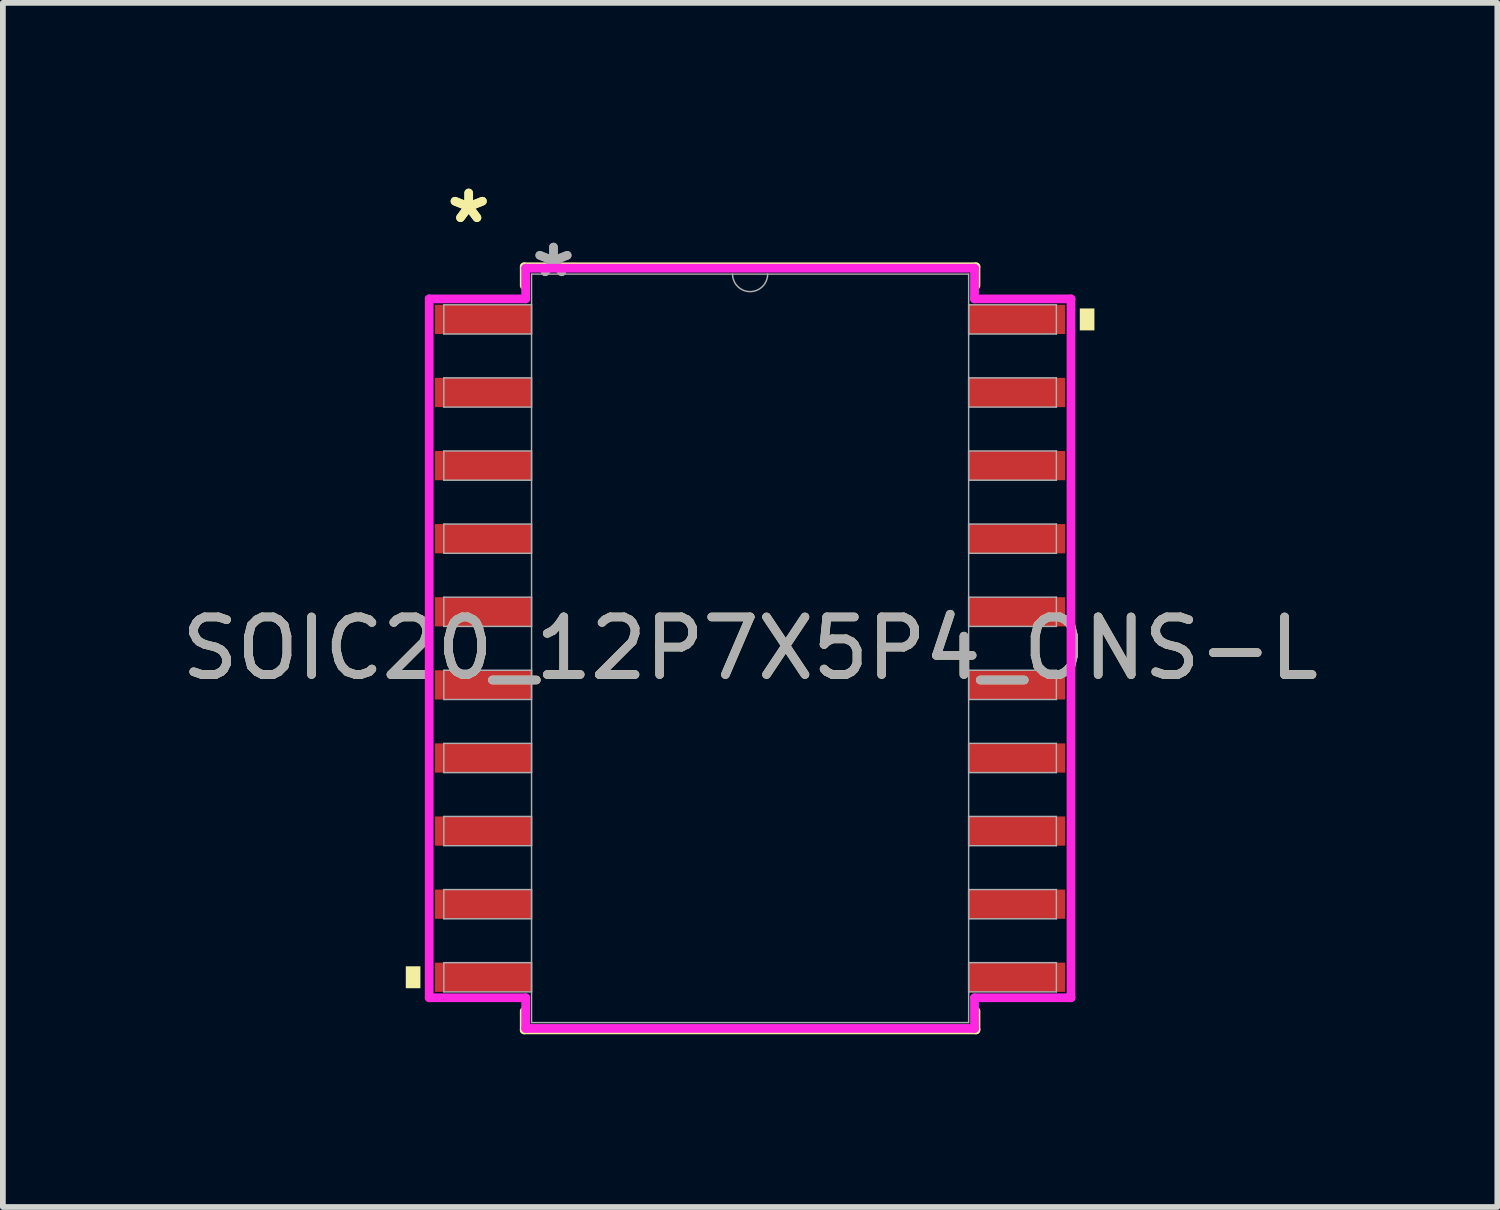
<source format=kicad_pcb>
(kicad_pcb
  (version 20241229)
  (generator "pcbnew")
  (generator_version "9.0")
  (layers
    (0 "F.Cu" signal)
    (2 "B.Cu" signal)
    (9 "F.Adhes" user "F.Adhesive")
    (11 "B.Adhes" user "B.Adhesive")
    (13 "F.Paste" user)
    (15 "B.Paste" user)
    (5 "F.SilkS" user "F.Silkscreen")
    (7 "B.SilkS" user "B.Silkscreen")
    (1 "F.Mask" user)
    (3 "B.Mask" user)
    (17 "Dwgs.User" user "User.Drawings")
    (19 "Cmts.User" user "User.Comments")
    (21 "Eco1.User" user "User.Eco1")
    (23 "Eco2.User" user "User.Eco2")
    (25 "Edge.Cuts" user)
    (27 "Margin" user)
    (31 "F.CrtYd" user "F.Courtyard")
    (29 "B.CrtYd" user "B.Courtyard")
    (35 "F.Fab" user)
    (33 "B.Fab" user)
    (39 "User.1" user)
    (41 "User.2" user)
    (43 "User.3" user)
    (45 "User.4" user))
  (footprint "SOIC20_12P7X5P4_ONS-L"
    (layer "F.Cu")
    (at 9.982 8.214)
    (property "Reference" "SOIC20_12P7X5P4_ONS-L" (at 0 0 0) (unlocked yes) (layer "F.SilkS") (effects (font (size 1 1) (thickness 0.15))))
    (attr smd)
    (fp_line (start -3.924 -6.629) (end -3.924 -6.302) (stroke (width 0.152) (type solid)) (layer "F.SilkS"))
    (fp_line (start -3.924 6.302) (end -3.924 6.629) (stroke (width 0.152) (type solid)) (layer "F.SilkS"))
    (fp_line (start -3.924 6.629) (end 3.924 6.629) (stroke (width 0.152) (type solid)) (layer "F.SilkS"))
    (fp_line (start 3.924 -6.629) (end -3.924 -6.629) (stroke (width 0.152) (type solid)) (layer "F.SilkS"))
    (fp_line (start 3.924 -6.302) (end 3.924 -6.629) (stroke (width 0.152) (type solid)) (layer "F.SilkS"))
    (fp_line (start 3.924 6.629) (end 3.924 6.302) (stroke (width 0.152) (type solid)) (layer "F.SilkS"))
    (fp_poly (pts (xy -5.982 5.524) (xy -5.982 5.905) (xy -5.728 5.905) (xy -5.728 5.524)) (stroke (width 0) (type solid)) (fill yes) (layer "F.SilkS"))
    (fp_poly (pts (xy 5.982 -5.905) (xy 5.982 -5.524) (xy 5.728 -5.524) (xy 5.728 -5.905)) (stroke (width 0) (type solid)) (fill yes) (layer "F.SilkS"))
    (fp_line (start -5.575 -6.071) (end -3.899 -6.071) (stroke (width 0.152) (type solid)) (layer "F.CrtYd"))
    (fp_line (start -5.575 6.071) (end -5.575 -6.071) (stroke (width 0.152) (type solid)) (layer "F.CrtYd"))
    (fp_line (start -5.575 6.071) (end -3.899 6.071) (stroke (width 0.152) (type solid)) (layer "F.CrtYd"))
    (fp_line (start -3.899 -6.604) (end 3.899 -6.604) (stroke (width 0.152) (type solid)) (layer "F.CrtYd"))
    (fp_line (start -3.899 -6.071) (end -3.899 -6.604) (stroke (width 0.152) (type solid)) (layer "F.CrtYd"))
    (fp_line (start -3.899 6.604) (end -3.899 6.071) (stroke (width 0.152) (type solid)) (layer "F.CrtYd"))
    (fp_line (start 3.899 -6.604) (end 3.899 -6.071) (stroke (width 0.152) (type solid)) (layer "F.CrtYd"))
    (fp_line (start 3.899 6.071) (end 3.899 6.604) (stroke (width 0.152) (type solid)) (layer "F.CrtYd"))
    (fp_line (start 3.899 6.604) (end -3.899 6.604) (stroke (width 0.152) (type solid)) (layer "F.CrtYd"))
    (fp_line (start 5.575 -6.071) (end 3.899 -6.071) (stroke (width 0.152) (type solid)) (layer "F.CrtYd"))
    (fp_line (start 5.575 -6.071) (end 5.575 6.071) (stroke (width 0.152) (type solid)) (layer "F.CrtYd"))
    (fp_line (start 5.575 6.071) (end 3.899 6.071) (stroke (width 0.152) (type solid)) (layer "F.CrtYd"))
    (fp_line (start -5.321 -5.969) (end -5.321 -5.461) (stroke (width 0.025) (type solid)) (layer "F.Fab"))
    (fp_line (start -5.321 -5.461) (end -3.797 -5.461) (stroke (width 0.025) (type solid)) (layer "F.Fab"))
    (fp_line (start -5.321 -4.699) (end -5.321 -4.191) (stroke (width 0.025) (type solid)) (layer "F.Fab"))
    (fp_line (start -5.321 -4.191) (end -3.797 -4.191) (stroke (width 0.025) (type solid)) (layer "F.Fab"))
    (fp_line (start -5.321 -3.429) (end -5.321 -2.921) (stroke (width 0.025) (type solid)) (layer "F.Fab"))
    (fp_line (start -5.321 -2.921) (end -3.797 -2.921) (stroke (width 0.025) (type solid)) (layer "F.Fab"))
    (fp_line (start -5.321 -2.159) (end -5.321 -1.651) (stroke (width 0.025) (type solid)) (layer "F.Fab"))
    (fp_line (start -5.321 -1.651) (end -3.797 -1.651) (stroke (width 0.025) (type solid)) (layer "F.Fab"))
    (fp_line (start -5.321 -0.889) (end -5.321 -0.381) (stroke (width 0.025) (type solid)) (layer "F.Fab"))
    (fp_line (start -5.321 -0.381) (end -3.797 -0.381) (stroke (width 0.025) (type solid)) (layer "F.Fab"))
    (fp_line (start -5.321 0.381) (end -5.321 0.889) (stroke (width 0.025) (type solid)) (layer "F.Fab"))
    (fp_line (start -5.321 0.889) (end -3.797 0.889) (stroke (width 0.025) (type solid)) (layer "F.Fab"))
    (fp_line (start -5.321 1.651) (end -5.321 2.159) (stroke (width 0.025) (type solid)) (layer "F.Fab"))
    (fp_line (start -5.321 2.159) (end -3.797 2.159) (stroke (width 0.025) (type solid)) (layer "F.Fab"))
    (fp_line (start -5.321 2.921) (end -5.321 3.429) (stroke (width 0.025) (type solid)) (layer "F.Fab"))
    (fp_line (start -5.321 3.429) (end -3.797 3.429) (stroke (width 0.025) (type solid)) (layer "F.Fab"))
    (fp_line (start -5.321 4.191) (end -5.321 4.699) (stroke (width 0.025) (type solid)) (layer "F.Fab"))
    (fp_line (start -5.321 4.699) (end -3.797 4.699) (stroke (width 0.025) (type solid)) (layer "F.Fab"))
    (fp_line (start -5.321 5.461) (end -5.321 5.969) (stroke (width 0.025) (type solid)) (layer "F.Fab"))
    (fp_line (start -5.321 5.969) (end -3.797 5.969) (stroke (width 0.025) (type solid)) (layer "F.Fab"))
    (fp_line (start -3.797 -6.502) (end -3.797 6.502) (stroke (width 0.025) (type solid)) (layer "F.Fab"))
    (fp_line (start -3.797 -5.969) (end -5.321 -5.969) (stroke (width 0.025) (type solid)) (layer "F.Fab"))
    (fp_line (start -3.797 -5.461) (end -3.797 -5.969) (stroke (width 0.025) (type solid)) (layer "F.Fab"))
    (fp_line (start -3.797 -4.699) (end -5.321 -4.699) (stroke (width 0.025) (type solid)) (layer "F.Fab"))
    (fp_line (start -3.797 -4.191) (end -3.797 -4.699) (stroke (width 0.025) (type solid)) (layer "F.Fab"))
    (fp_line (start -3.797 -3.429) (end -5.321 -3.429) (stroke (width 0.025) (type solid)) (layer "F.Fab"))
    (fp_line (start -3.797 -2.921) (end -3.797 -3.429) (stroke (width 0.025) (type solid)) (layer "F.Fab"))
    (fp_line (start -3.797 -2.159) (end -5.321 -2.159) (stroke (width 0.025) (type solid)) (layer "F.Fab"))
    (fp_line (start -3.797 -1.651) (end -3.797 -2.159) (stroke (width 0.025) (type solid)) (layer "F.Fab"))
    (fp_line (start -3.797 -0.889) (end -5.321 -0.889) (stroke (width 0.025) (type solid)) (layer "F.Fab"))
    (fp_line (start -3.797 -0.381) (end -3.797 -0.889) (stroke (width 0.025) (type solid)) (layer "F.Fab"))
    (fp_line (start -3.797 0.381) (end -5.321 0.381) (stroke (width 0.025) (type solid)) (layer "F.Fab"))
    (fp_line (start -3.797 0.889) (end -3.797 0.381) (stroke (width 0.025) (type solid)) (layer "F.Fab"))
    (fp_line (start -3.797 1.651) (end -5.321 1.651) (stroke (width 0.025) (type solid)) (layer "F.Fab"))
    (fp_line (start -3.797 2.159) (end -3.797 1.651) (stroke (width 0.025) (type solid)) (layer "F.Fab"))
    (fp_line (start -3.797 2.921) (end -5.321 2.921) (stroke (width 0.025) (type solid)) (layer "F.Fab"))
    (fp_line (start -3.797 3.429) (end -3.797 2.921) (stroke (width 0.025) (type solid)) (layer "F.Fab"))
    (fp_line (start -3.797 4.191) (end -5.321 4.191) (stroke (width 0.025) (type solid)) (layer "F.Fab"))
    (fp_line (start -3.797 4.699) (end -3.797 4.191) (stroke (width 0.025) (type solid)) (layer "F.Fab"))
    (fp_line (start -3.797 5.461) (end -5.321 5.461) (stroke (width 0.025) (type solid)) (layer "F.Fab"))
    (fp_line (start -3.797 5.969) (end -3.797 5.461) (stroke (width 0.025) (type solid)) (layer "F.Fab"))
    (fp_line (start -3.797 6.502) (end 3.797 6.502) (stroke (width 0.025) (type solid)) (layer "F.Fab"))
    (fp_line (start 3.797 -6.502) (end -3.797 -6.502) (stroke (width 0.025) (type solid)) (layer "F.Fab"))
    (fp_line (start 3.797 -5.969) (end 3.797 -5.461) (stroke (width 0.025) (type solid)) (layer "F.Fab"))
    (fp_line (start 3.797 -5.461) (end 5.321 -5.461) (stroke (width 0.025) (type solid)) (layer "F.Fab"))
    (fp_line (start 3.797 -4.699) (end 3.797 -4.191) (stroke (width 0.025) (type solid)) (layer "F.Fab"))
    (fp_line (start 3.797 -4.191) (end 5.321 -4.191) (stroke (width 0.025) (type solid)) (layer "F.Fab"))
    (fp_line (start 3.797 -3.429) (end 3.797 -2.921) (stroke (width 0.025) (type solid)) (layer "F.Fab"))
    (fp_line (start 3.797 -2.921) (end 5.321 -2.921) (stroke (width 0.025) (type solid)) (layer "F.Fab"))
    (fp_line (start 3.797 -2.159) (end 3.797 -1.651) (stroke (width 0.025) (type solid)) (layer "F.Fab"))
    (fp_line (start 3.797 -1.651) (end 5.321 -1.651) (stroke (width 0.025) (type solid)) (layer "F.Fab"))
    (fp_line (start 3.797 -0.889) (end 3.797 -0.381) (stroke (width 0.025) (type solid)) (layer "F.Fab"))
    (fp_line (start 3.797 -0.381) (end 5.321 -0.381) (stroke (width 0.025) (type solid)) (layer "F.Fab"))
    (fp_line (start 3.797 0.381) (end 3.797 0.889) (stroke (width 0.025) (type solid)) (layer "F.Fab"))
    (fp_line (start 3.797 0.889) (end 5.321 0.889) (stroke (width 0.025) (type solid)) (layer "F.Fab"))
    (fp_line (start 3.797 1.651) (end 3.797 2.159) (stroke (width 0.025) (type solid)) (layer "F.Fab"))
    (fp_line (start 3.797 2.159) (end 5.321 2.159) (stroke (width 0.025) (type solid)) (layer "F.Fab"))
    (fp_line (start 3.797 2.921) (end 3.797 3.429) (stroke (width 0.025) (type solid)) (layer "F.Fab"))
    (fp_line (start 3.797 3.429) (end 5.321 3.429) (stroke (width 0.025) (type solid)) (layer "F.Fab"))
    (fp_line (start 3.797 4.191) (end 3.797 4.699) (stroke (width 0.025) (type solid)) (layer "F.Fab"))
    (fp_line (start 3.797 4.699) (end 5.321 4.699) (stroke (width 0.025) (type solid)) (layer "F.Fab"))
    (fp_line (start 3.797 5.461) (end 3.797 5.969) (stroke (width 0.025) (type solid)) (layer "F.Fab"))
    (fp_line (start 3.797 5.969) (end 5.321 5.969) (stroke (width 0.025) (type solid)) (layer "F.Fab"))
    (fp_line (start 3.797 6.502) (end 3.797 -6.502) (stroke (width 0.025) (type solid)) (layer "F.Fab"))
    (fp_line (start 5.321 -5.969) (end 3.797 -5.969) (stroke (width 0.025) (type solid)) (layer "F.Fab"))
    (fp_line (start 5.321 -5.461) (end 5.321 -5.969) (stroke (width 0.025) (type solid)) (layer "F.Fab"))
    (fp_line (start 5.321 -4.699) (end 3.797 -4.699) (stroke (width 0.025) (type solid)) (layer "F.Fab"))
    (fp_line (start 5.321 -4.191) (end 5.321 -4.699) (stroke (width 0.025) (type solid)) (layer "F.Fab"))
    (fp_line (start 5.321 -3.429) (end 3.797 -3.429) (stroke (width 0.025) (type solid)) (layer "F.Fab"))
    (fp_line (start 5.321 -2.921) (end 5.321 -3.429) (stroke (width 0.025) (type solid)) (layer "F.Fab"))
    (fp_line (start 5.321 -2.159) (end 3.797 -2.159) (stroke (width 0.025) (type solid)) (layer "F.Fab"))
    (fp_line (start 5.321 -1.651) (end 5.321 -2.159) (stroke (width 0.025) (type solid)) (layer "F.Fab"))
    (fp_line (start 5.321 -0.889) (end 3.797 -0.889) (stroke (width 0.025) (type solid)) (layer "F.Fab"))
    (fp_line (start 5.321 -0.381) (end 5.321 -0.889) (stroke (width 0.025) (type solid)) (layer "F.Fab"))
    (fp_line (start 5.321 0.381) (end 3.797 0.381) (stroke (width 0.025) (type solid)) (layer "F.Fab"))
    (fp_line (start 5.321 0.889) (end 5.321 0.381) (stroke (width 0.025) (type solid)) (layer "F.Fab"))
    (fp_line (start 5.321 1.651) (end 3.797 1.651) (stroke (width 0.025) (type solid)) (layer "F.Fab"))
    (fp_line (start 5.321 2.159) (end 5.321 1.651) (stroke (width 0.025) (type solid)) (layer "F.Fab"))
    (fp_line (start 5.321 2.921) (end 3.797 2.921) (stroke (width 0.025) (type solid)) (layer "F.Fab"))
    (fp_line (start 5.321 3.429) (end 5.321 2.921) (stroke (width 0.025) (type solid)) (layer "F.Fab"))
    (fp_line (start 5.321 4.191) (end 3.797 4.191) (stroke (width 0.025) (type solid)) (layer "F.Fab"))
    (fp_line (start 5.321 4.699) (end 5.321 4.191) (stroke (width 0.025) (type solid)) (layer "F.Fab"))
    (fp_line (start 5.321 5.461) (end 3.797 5.461) (stroke (width 0.025) (type solid)) (layer "F.Fab"))
    (fp_line (start 5.321 5.969) (end 5.321 5.461) (stroke (width 0.025) (type solid)) (layer "F.Fab"))
    (fp_arc (start 0.3048 -6.5024) (mid 0 -6.1976) (end -0.3048 -6.5024) (stroke (width 0.0254) (type solid)) (layer "F.Fab"))
    (fp_text user "*" (at -4.889 -7.366 0) (unlocked yes) (layer "F.SilkS") (effects (font (size 1 1) (thickness 0.15))))
    (fp_text user "*" (at -4.889 -7.366 0) (layer "F.SilkS") (effects (font (size 1 1) (thickness 0.15))))
    (fp_text user "*" (at -3.416 -6.426 0) (layer "F.Fab") (effects (font (size 1 1) (thickness 0.15))))
    (fp_text user "${REFERENCE}" (at 0 0 0) (unlocked yes) (layer "F.Fab") (effects (font (size 1 1) (thickness 0.15))))
    (fp_text user "*" (at -3.416 -6.426 0) (unlocked yes) (layer "F.Fab") (effects (font (size 1 1) (thickness 0.15))))
    (pad "1" smd rect (at -4.636 -5.715) (size 1.676 0.508) (layers "F.Cu" "F.Mask" "F.Paste"))
    (pad "2" smd rect (at -4.636 -4.445) (size 1.676 0.508) (layers "F.Cu" "F.Mask" "F.Paste"))
    (pad "3" smd rect (at -4.636 -3.175) (size 1.676 0.508) (layers "F.Cu" "F.Mask" "F.Paste"))
    (pad "4" smd rect (at -4.636 -1.905) (size 1.676 0.508) (layers "F.Cu" "F.Mask" "F.Paste"))
    (pad "5" smd rect (at -4.636 -0.635) (size 1.676 0.508) (layers "F.Cu" "F.Mask" "F.Paste"))
    (pad "6" smd rect (at -4.636 0.635) (size 1.676 0.508) (layers "F.Cu" "F.Mask" "F.Paste"))
    (pad "7" smd rect (at -4.636 1.905) (size 1.676 0.508) (layers "F.Cu" "F.Mask" "F.Paste"))
    (pad "8" smd rect (at -4.636 3.175) (size 1.676 0.508) (layers "F.Cu" "F.Mask" "F.Paste"))
    (pad "9" smd rect (at -4.636 4.445) (size 1.676 0.508) (layers "F.Cu" "F.Mask" "F.Paste"))
    (pad "10" smd rect (at -4.636 5.715) (size 1.676 0.508) (layers "F.Cu" "F.Mask" "F.Paste"))
    (pad "11" smd rect (at 4.636 5.715) (size 1.676 0.508) (layers "F.Cu" "F.Mask" "F.Paste"))
    (pad "12" smd rect (at 4.636 4.445) (size 1.676 0.508) (layers "F.Cu" "F.Mask" "F.Paste"))
    (pad "13" smd rect (at 4.636 3.175) (size 1.676 0.508) (layers "F.Cu" "F.Mask" "F.Paste"))
    (pad "14" smd rect (at 4.636 1.905) (size 1.676 0.508) (layers "F.Cu" "F.Mask" "F.Paste"))
    (pad "15" smd rect (at 4.636 0.635) (size 1.676 0.508) (layers "F.Cu" "F.Mask" "F.Paste"))
    (pad "16" smd rect (at 4.636 -0.635) (size 1.676 0.508) (layers "F.Cu" "F.Mask" "F.Paste"))
    (pad "17" smd rect (at 4.636 -1.905) (size 1.676 0.508) (layers "F.Cu" "F.Mask" "F.Paste"))
    (pad "18" smd rect (at 4.636 -3.175) (size 1.676 0.508) (layers "F.Cu" "F.Mask" "F.Paste"))
    (pad "19" smd rect (at 4.636 -4.445) (size 1.676 0.508) (layers "F.Cu" "F.Mask" "F.Paste"))
    (pad "20" smd rect (at 4.636 -5.715) (size 1.676 0.508) (layers "F.Cu" "F.Mask" "F.Paste")))
  (gr_rect
    (start -3 -3)
    (end 22.964 17.92)
    (stroke (width 0.1) (type default))
    (fill no)
    (layer "Edge.Cuts")))
</source>
